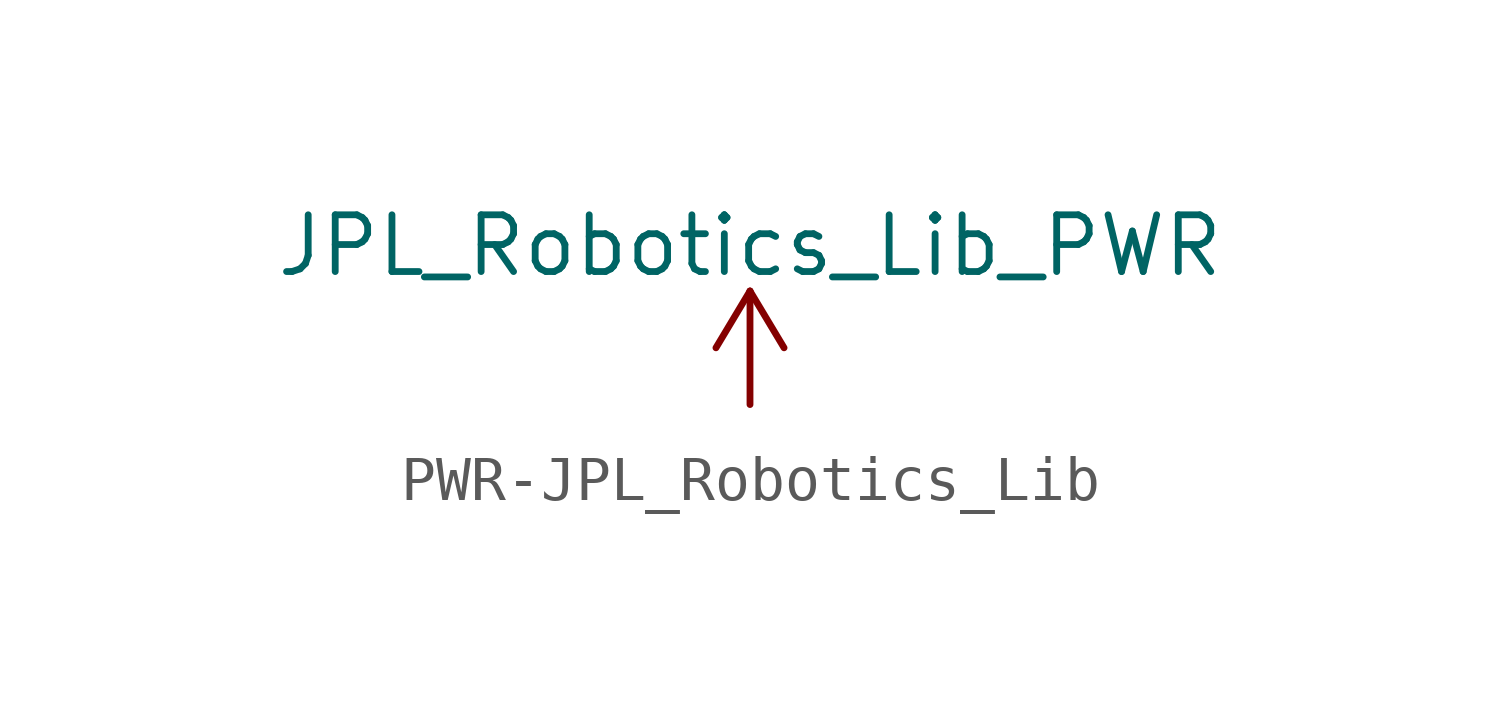
<source format=kicad_sym>
(kicad_symbol_lib
  (version 20231120)
  (generator "kicad_symbol_editor")
  (generator_version "8.0")
  (symbol "PWR-JPL_Robotics_Lib"
    (power)
    (pin_names
      (offset 0))
    (property "Reference" "#PWR"
      (at 0 -3.175 0)
      (effects (font (size 1.27 1.27)) (hide yes)))
    (property "Value" "JPL_Robotics_Lib_PWR"
      (at 0 3.556 0)
      (effects (font (size 1.27 1.27))))
    (symbol "PWR-JPL_Robotics_Lib_0_1"
      (polyline (pts (xy -0.762 1.27) (xy 0 2.54)) (stroke (width 0) (type solid)) (fill (type none)))
      (polyline (pts (xy 0 0) (xy 0 2.54)) (stroke (width 0) (type solid)) (fill (type none)))
      (polyline (pts (xy 0 2.54) (xy 0.762 1.27)) (stroke (width 0) (type solid)) (fill (type none))))
    (symbol "PWR-JPL_Robotics_Lib_1_1"
      (pin power_in line (at 0 0 90) (length 0) hide (name "PWR" (effects (font (size 1.27 1.27)))) (number "1" (effects (font (size 1.27 1.27))))))))
</source>
